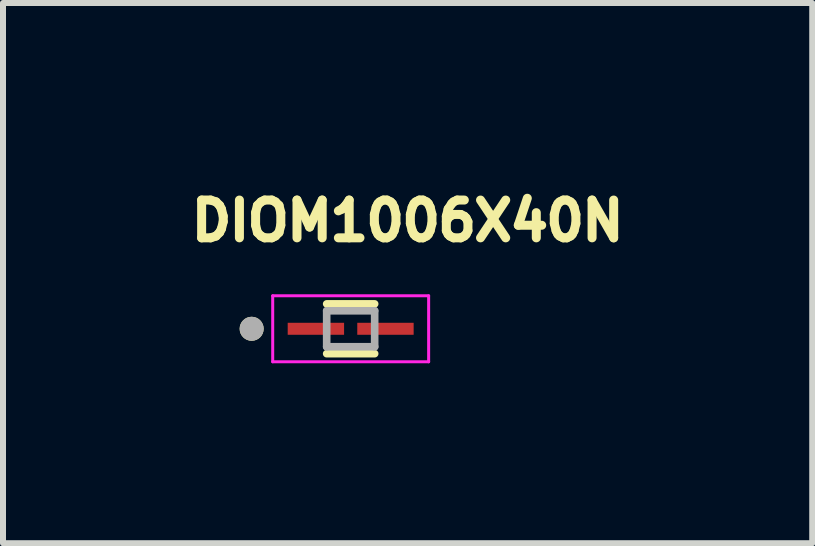
<source format=kicad_pcb>
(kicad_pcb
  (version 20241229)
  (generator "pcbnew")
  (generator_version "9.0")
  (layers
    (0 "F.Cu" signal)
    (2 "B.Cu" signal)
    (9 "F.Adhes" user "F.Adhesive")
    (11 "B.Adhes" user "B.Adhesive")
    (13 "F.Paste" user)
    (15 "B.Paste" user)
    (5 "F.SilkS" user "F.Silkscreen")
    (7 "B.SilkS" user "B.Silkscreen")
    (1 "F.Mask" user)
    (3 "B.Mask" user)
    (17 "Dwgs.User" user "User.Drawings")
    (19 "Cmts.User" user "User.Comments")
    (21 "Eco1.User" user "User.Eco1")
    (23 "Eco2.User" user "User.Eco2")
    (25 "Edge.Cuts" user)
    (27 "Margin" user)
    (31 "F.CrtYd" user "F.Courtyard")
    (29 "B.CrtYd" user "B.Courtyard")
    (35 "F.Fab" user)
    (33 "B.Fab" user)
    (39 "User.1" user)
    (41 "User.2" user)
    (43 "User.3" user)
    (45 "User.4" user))
  (footprint "DIOM1006X40N"
    (layer "F.Cu")
    (at 2.797 2.432)
    (property "Reference" "DIOM1006X40N" (at 0.95 -1.8 0) (layer "F.SilkS") (effects (font (size 0.63 0.63) (thickness 0.15))))
    (attr smd)
    (fp_line (start -0.4 -0.415) (end 0.4 -0.415) (stroke (width 0.127) (type solid)) (layer "F.SilkS"))
    (fp_line (start 0.4 0.415) (end -0.4 0.415) (stroke (width 0.127) (type solid)) (layer "F.SilkS"))
    (fp_circle (center -1.651 0) (end -1.551 0) (stroke (width 0.2) (type solid)) (fill no) (layer "F.SilkS"))
    (fp_line (start -1.3 -0.55) (end -1.3 0.55) (stroke (width 0.05) (type solid)) (layer "F.CrtYd"))
    (fp_line (start -1.3 0.55) (end 1.3 0.55) (stroke (width 0.05) (type solid)) (layer "F.CrtYd"))
    (fp_line (start 1.3 -0.55) (end -1.3 -0.55) (stroke (width 0.05) (type solid)) (layer "F.CrtYd"))
    (fp_line (start 1.3 0.55) (end 1.3 -0.55) (stroke (width 0.05) (type solid)) (layer "F.CrtYd"))
    (fp_line (start -0.4 -0.3) (end 0.4 -0.3) (stroke (width 0.127) (type solid)) (layer "F.Fab"))
    (fp_line (start -0.4 0.3) (end -0.4 -0.3) (stroke (width 0.127) (type solid)) (layer "F.Fab"))
    (fp_line (start 0.4 -0.3) (end 0.4 0.3) (stroke (width 0.127) (type solid)) (layer "F.Fab"))
    (fp_line (start 0.4 0.3) (end -0.4 0.3) (stroke (width 0.127) (type solid)) (layer "F.Fab"))
    (fp_circle (center -1.651 0) (end -1.551 0) (stroke (width 0.2) (type solid)) (fill no) (layer "F.Fab"))
    (pad "A" smd rect (at 0.58 0) (size 0.94 0.2) (layers "F.Cu" "F.Mask" "F.Paste"))
    (pad "C" smd rect (at -0.58 0) (size 0.94 0.2) (layers "F.Cu" "F.Mask" "F.Paste")))
  (gr_rect
    (start -3 -3)
    (end 10.493 6.007)
    (stroke (width 0.1) (type default))
    (fill no)
    (layer "Edge.Cuts")))
</source>
